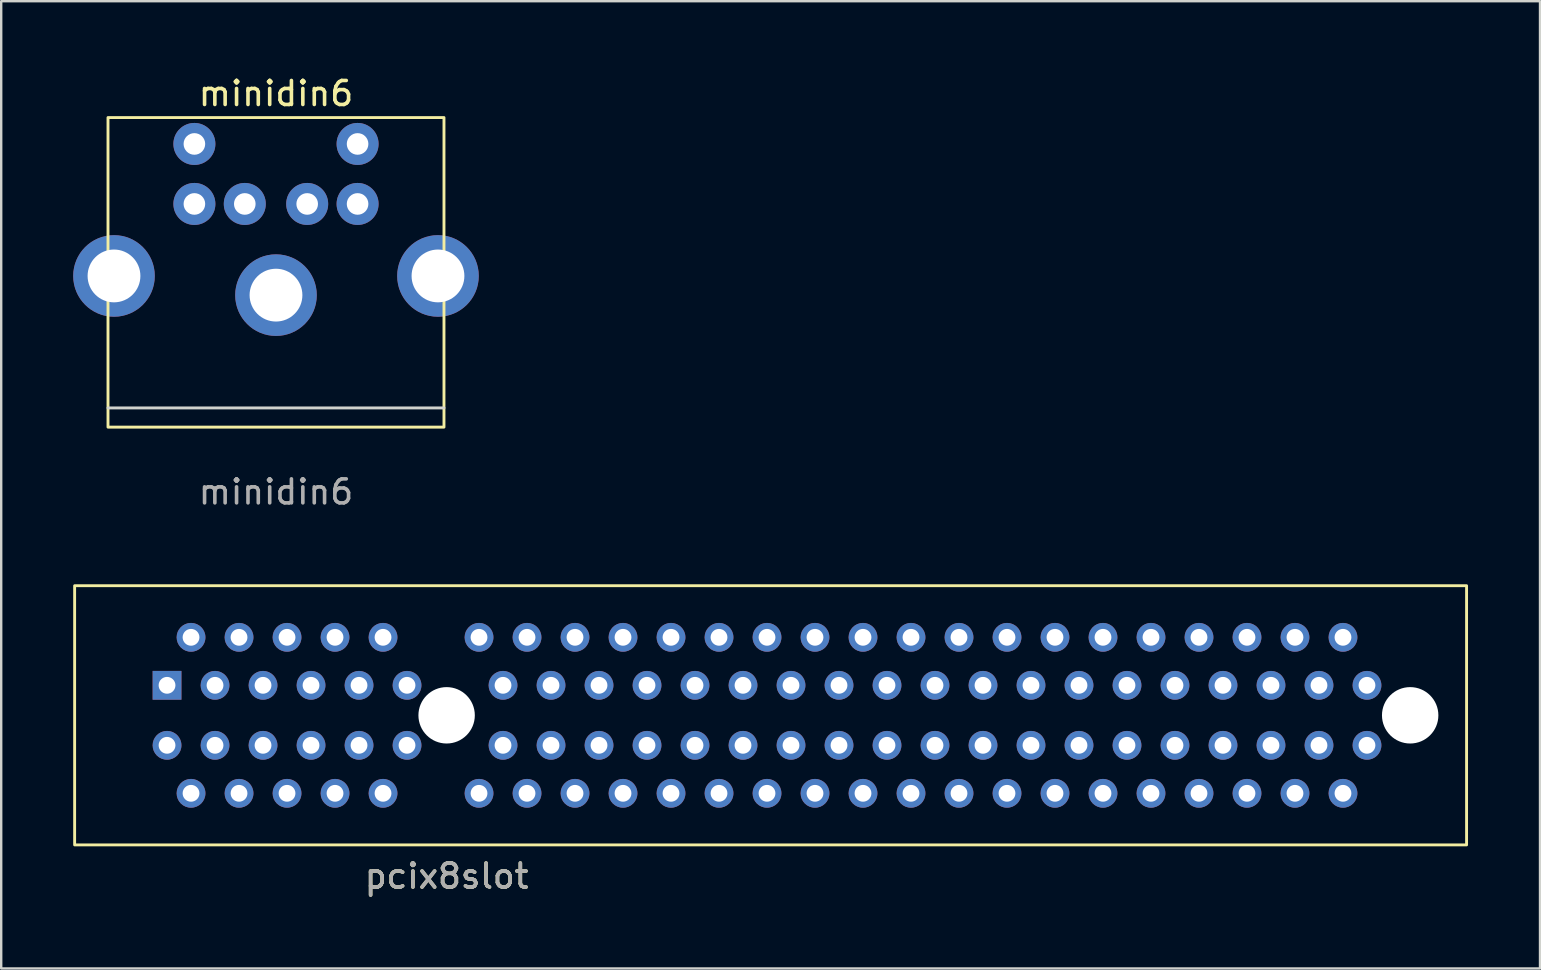
<source format=kicad_pcb>
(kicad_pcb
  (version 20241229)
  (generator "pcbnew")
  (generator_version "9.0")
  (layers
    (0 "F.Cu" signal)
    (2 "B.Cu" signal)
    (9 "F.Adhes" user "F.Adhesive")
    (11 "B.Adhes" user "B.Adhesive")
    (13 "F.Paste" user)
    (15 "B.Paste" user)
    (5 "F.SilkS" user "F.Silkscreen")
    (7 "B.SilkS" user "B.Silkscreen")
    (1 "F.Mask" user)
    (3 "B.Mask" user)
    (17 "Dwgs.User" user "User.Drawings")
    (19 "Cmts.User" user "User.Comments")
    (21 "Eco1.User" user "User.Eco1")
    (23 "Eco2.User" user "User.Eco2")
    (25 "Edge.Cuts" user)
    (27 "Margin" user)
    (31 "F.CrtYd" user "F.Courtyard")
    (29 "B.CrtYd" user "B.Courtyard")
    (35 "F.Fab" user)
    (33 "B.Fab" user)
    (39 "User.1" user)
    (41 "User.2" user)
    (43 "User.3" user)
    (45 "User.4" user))
  (footprint "minidin6"
    (layer "F.Cu")
    (at 8.45 13.948)
    (property "Reference" "minidin6" (at 0 -13.1 0) (unlocked yes) (layer "F.SilkS") (effects (font (size 1 1) (thickness 0.15))))
    (attr through_hole)
    (fp_rect (start -7 -12.1) (end 7 0.8) (stroke (width 0.12) (type solid)) (fill no) (layer "F.SilkS"))
    (fp_line (start -7 0) (end 7 0) (stroke (width 0.12) (type solid)) (layer "Edge.Cuts"))
    (fp_text user "${REFERENCE}" (at 0 3.5 0) (unlocked yes) (layer "F.Fab") (effects (font (size 1 1) (thickness 0.15))))
    (pad "1" thru_hole circle (at 1.3 -8.5) (size 1.75 1.75) (drill 0.9) (layers "*.Cu" "*.Mask"))
    (pad "2" thru_hole circle (at -1.3 -8.5) (size 1.75 1.75) (drill 0.9) (layers "*.Cu" "*.Mask"))
    (pad "3" thru_hole circle (at 3.4 -8.5) (size 1.75 1.75) (drill 0.9) (layers "*.Cu" "*.Mask"))
    (pad "4" thru_hole circle (at -3.4 -8.5) (size 1.75 1.75) (drill 0.9) (layers "*.Cu" "*.Mask"))
    (pad "5" thru_hole circle (at 3.4 -11) (size 1.75 1.75) (drill 0.9) (layers "*.Cu" "*.Mask"))
    (pad "6" thru_hole circle (at -3.4 -11) (size 1.75 1.75) (drill 0.9) (layers "*.Cu" "*.Mask"))
    (pad "7" thru_hole circle (at -6.75 -5.5) (size 3.4 3.4) (drill 2.2) (layers "*.Cu" "*.Mask"))
    (pad "7" thru_hole circle (at 0 -4.7) (size 3.4 3.4) (drill 2.2) (layers "*.Cu" "*.Mask"))
    (pad "7" thru_hole circle (at 6.75 -5.5) (size 3.4 3.4) (drill 2.2) (layers "*.Cu" "*.Mask")))
  (footprint "pcix8slot"
    (layer "F.Cu")
    (at 15.56 26.756)
    (property "Reference" "pcix8slot" (at 0 6.7 0) (unlocked yes) (layer "F.SilkS") (effects (font (size 1 1) (thickness 0.15))))
    (attr through_hole)
    (fp_rect (start -15.5 -5.4) (end 42.5 5.4) (stroke (width 0.12) (type solid)) (fill no) (layer "F.SilkS"))
    (fp_text user "${REFERENCE}" (at 0 6.7 0) (unlocked yes) (layer "F.Fab") (effects (font (size 1 1) (thickness 0.15))))
    (pad "" np_thru_hole circle (at 0 0) (size 2.35 2.35) (drill 2.35) (layers "*.Cu" "*.Mask"))
    (pad "" np_thru_hole circle (at 40.15 0) (size 2.35 2.35) (drill 2.35) (layers "*.Cu" "*.Mask"))
    (pad "A1" thru_hole rect (at -11.65 -1.25) (size 1.2 1.2) (drill 0.7) (layers "*.Cu" "*.Mask"))
    (pad "A2" thru_hole circle (at -10.65 -3.25) (size 1.2 1.2) (drill 0.7) (layers "*.Cu" "*.Mask"))
    (pad "A3" thru_hole circle (at -9.65 -1.25) (size 1.2 1.2) (drill 0.7) (layers "*.Cu" "*.Mask"))
    (pad "A4" thru_hole circle (at -8.65 -3.25) (size 1.2 1.2) (drill 0.7) (layers "*.Cu" "*.Mask"))
    (pad "A5" thru_hole circle (at -7.65 -1.25) (size 1.2 1.2) (drill 0.7) (layers "*.Cu" "*.Mask"))
    (pad "A6" thru_hole circle (at -6.65 -3.25) (size 1.2 1.2) (drill 0.7) (layers "*.Cu" "*.Mask"))
    (pad "A7" thru_hole circle (at -5.65 -1.25) (size 1.2 1.2) (drill 0.7) (layers "*.Cu" "*.Mask"))
    (pad "A8" thru_hole circle (at -4.65 -3.25) (size 1.2 1.2) (drill 0.7) (layers "*.Cu" "*.Mask"))
    (pad "A9" thru_hole circle (at -3.65 -1.25) (size 1.2 1.2) (drill 0.7) (layers "*.Cu" "*.Mask"))
    (pad "A10" thru_hole circle (at -2.65 -3.25) (size 1.2 1.2) (drill 0.7) (layers "*.Cu" "*.Mask"))
    (pad "A11" thru_hole circle (at -1.65 -1.25) (size 1.2 1.2) (drill 0.7) (layers "*.Cu" "*.Mask"))
    (pad "A12" thru_hole circle (at 1.35 -3.25) (size 1.2 1.2) (drill 0.7) (layers "*.Cu" "*.Mask"))
    (pad "A13" thru_hole circle (at 2.35 -1.25) (size 1.2 1.2) (drill 0.7) (layers "*.Cu" "*.Mask"))
    (pad "A14" thru_hole circle (at 3.35 -3.25) (size 1.2 1.2) (drill 0.7) (layers "*.Cu" "*.Mask"))
    (pad "A15" thru_hole circle (at 4.35 -1.25) (size 1.2 1.2) (drill 0.7) (layers "*.Cu" "*.Mask"))
    (pad "A16" thru_hole circle (at 5.35 -3.25) (size 1.2 1.2) (drill 0.7) (layers "*.Cu" "*.Mask"))
    (pad "A17" thru_hole circle (at 6.35 -1.25) (size 1.2 1.2) (drill 0.7) (layers "*.Cu" "*.Mask"))
    (pad "A18" thru_hole circle (at 7.35 -3.25) (size 1.2 1.2) (drill 0.7) (layers "*.Cu" "*.Mask"))
    (pad "A19" thru_hole circle (at 8.35 -1.25) (size 1.2 1.2) (drill 0.7) (layers "*.Cu" "*.Mask"))
    (pad "A20" thru_hole circle (at 9.35 -3.25) (size 1.2 1.2) (drill 0.7) (layers "*.Cu" "*.Mask"))
    (pad "A21" thru_hole circle (at 10.35 -1.25) (size 1.2 1.2) (drill 0.7) (layers "*.Cu" "*.Mask"))
    (pad "A22" thru_hole circle (at 11.35 -3.25) (size 1.2 1.2) (drill 0.7) (layers "*.Cu" "*.Mask"))
    (pad "A23" thru_hole circle (at 12.35 -1.25) (size 1.2 1.2) (drill 0.7) (layers "*.Cu" "*.Mask"))
    (pad "A24" thru_hole circle (at 13.35 -3.25) (size 1.2 1.2) (drill 0.7) (layers "*.Cu" "*.Mask"))
    (pad "A25" thru_hole circle (at 14.35 -1.25) (size 1.2 1.2) (drill 0.7) (layers "*.Cu" "*.Mask"))
    (pad "A26" thru_hole circle (at 15.35 -3.25) (size 1.2 1.2) (drill 0.7) (layers "*.Cu" "*.Mask"))
    (pad "A27" thru_hole circle (at 16.35 -1.25) (size 1.2 1.2) (drill 0.7) (layers "*.Cu" "*.Mask"))
    (pad "A28" thru_hole circle (at 17.35 -3.25) (size 1.2 1.2) (drill 0.7) (layers "*.Cu" "*.Mask"))
    (pad "A29" thru_hole circle (at 18.35 -1.25) (size 1.2 1.2) (drill 0.7) (layers "*.Cu" "*.Mask"))
    (pad "A30" thru_hole circle (at 19.35 -3.25) (size 1.2 1.2) (drill 0.7) (layers "*.Cu" "*.Mask"))
    (pad "A31" thru_hole circle (at 20.35 -1.25) (size 1.2 1.2) (drill 0.7) (layers "*.Cu" "*.Mask"))
    (pad "A32" thru_hole circle (at 21.35 -3.25) (size 1.2 1.2) (drill 0.7) (layers "*.Cu" "*.Mask"))
    (pad "A33" thru_hole circle (at 22.35 -1.25) (size 1.2 1.2) (drill 0.7) (layers "*.Cu" "*.Mask"))
    (pad "A34" thru_hole circle (at 23.35 -3.25) (size 1.2 1.2) (drill 0.7) (layers "*.Cu" "*.Mask"))
    (pad "A35" thru_hole circle (at 24.35 -1.25) (size 1.2 1.2) (drill 0.7) (layers "*.Cu" "*.Mask"))
    (pad "A36" thru_hole circle (at 25.35 -3.25) (size 1.2 1.2) (drill 0.7) (layers "*.Cu" "*.Mask"))
    (pad "A37" thru_hole circle (at 26.35 -1.25) (size 1.2 1.2) (drill 0.7) (layers "*.Cu" "*.Mask"))
    (pad "A38" thru_hole circle (at 27.35 -3.25) (size 1.2 1.2) (drill 0.7) (layers "*.Cu" "*.Mask"))
    (pad "A39" thru_hole circle (at 28.35 -1.25) (size 1.2 1.2) (drill 0.7) (layers "*.Cu" "*.Mask"))
    (pad "A40" thru_hole circle (at 29.35 -3.25) (size 1.2 1.2) (drill 0.7) (layers "*.Cu" "*.Mask"))
    (pad "A41" thru_hole circle (at 30.35 -1.25) (size 1.2 1.2) (drill 0.7) (layers "*.Cu" "*.Mask"))
    (pad "A42" thru_hole circle (at 31.35 -3.25) (size 1.2 1.2) (drill 0.7) (layers "*.Cu" "*.Mask"))
    (pad "A43" thru_hole circle (at 32.35 -1.25) (size 1.2 1.2) (drill 0.7) (layers "*.Cu" "*.Mask"))
    (pad "A44" thru_hole circle (at 33.35 -3.25) (size 1.2 1.2) (drill 0.7) (layers "*.Cu" "*.Mask"))
    (pad "A45" thru_hole circle (at 34.35 -1.25) (size 1.2 1.2) (drill 0.7) (layers "*.Cu" "*.Mask"))
    (pad "A46" thru_hole circle (at 35.35 -3.25) (size 1.2 1.2) (drill 0.7) (layers "*.Cu" "*.Mask"))
    (pad "A47" thru_hole circle (at 36.35 -1.25) (size 1.2 1.2) (drill 0.7) (layers "*.Cu" "*.Mask"))
    (pad "A48" thru_hole circle (at 37.35 -3.25) (size 1.2 1.2) (drill 0.7) (layers "*.Cu" "*.Mask"))
    (pad "A49" thru_hole circle (at 38.35 -1.25) (size 1.2 1.2) (drill 0.7) (layers "*.Cu" "*.Mask"))
    (pad "B1" thru_hole circle (at -11.65 1.25) (size 1.2 1.2) (drill 0.7) (layers "*.Cu" "*.Mask"))
    (pad "B2" thru_hole circle (at -10.65 3.25) (size 1.2 1.2) (drill 0.7) (layers "*.Cu" "*.Mask"))
    (pad "B3" thru_hole circle (at -9.65 1.25) (size 1.2 1.2) (drill 0.7) (layers "*.Cu" "*.Mask"))
    (pad "B4" thru_hole circle (at -8.65 3.25) (size 1.2 1.2) (drill 0.7) (layers "*.Cu" "*.Mask"))
    (pad "B5" thru_hole circle (at -7.65 1.25) (size 1.2 1.2) (drill 0.7) (layers "*.Cu" "*.Mask"))
    (pad "B6" thru_hole circle (at -6.65 3.25) (size 1.2 1.2) (drill 0.7) (layers "*.Cu" "*.Mask"))
    (pad "B7" thru_hole circle (at -5.65 1.25) (size 1.2 1.2) (drill 0.7) (layers "*.Cu" "*.Mask"))
    (pad "B8" thru_hole circle (at -4.65 3.25) (size 1.2 1.2) (drill 0.7) (layers "*.Cu" "*.Mask"))
    (pad "B9" thru_hole circle (at -3.65 1.25) (size 1.2 1.2) (drill 0.7) (layers "*.Cu" "*.Mask"))
    (pad "B10" thru_hole circle (at -2.65 3.25) (size 1.2 1.2) (drill 0.7) (layers "*.Cu" "*.Mask"))
    (pad "B11" thru_hole circle (at -1.65 1.25) (size 1.2 1.2) (drill 0.7) (layers "*.Cu" "*.Mask"))
    (pad "B12" thru_hole circle (at 1.35 3.25) (size 1.2 1.2) (drill 0.7) (layers "*.Cu" "*.Mask"))
    (pad "B13" thru_hole circle (at 2.35 1.25) (size 1.2 1.2) (drill 0.7) (layers "*.Cu" "*.Mask"))
    (pad "B14" thru_hole circle (at 3.35 3.25) (size 1.2 1.2) (drill 0.7) (layers "*.Cu" "*.Mask"))
    (pad "B15" thru_hole circle (at 4.35 1.25) (size 1.2 1.2) (drill 0.7) (layers "*.Cu" "*.Mask"))
    (pad "B16" thru_hole circle (at 5.35 3.25) (size 1.2 1.2) (drill 0.7) (layers "*.Cu" "*.Mask"))
    (pad "B17" thru_hole circle (at 6.35 1.25) (size 1.2 1.2) (drill 0.7) (layers "*.Cu" "*.Mask"))
    (pad "B18" thru_hole circle (at 7.35 3.25) (size 1.2 1.2) (drill 0.7) (layers "*.Cu" "*.Mask"))
    (pad "B19" thru_hole circle (at 8.35 1.25) (size 1.2 1.2) (drill 0.7) (layers "*.Cu" "*.Mask"))
    (pad "B20" thru_hole circle (at 9.35 3.25) (size 1.2 1.2) (drill 0.7) (layers "*.Cu" "*.Mask"))
    (pad "B21" thru_hole circle (at 10.35 1.25) (size 1.2 1.2) (drill 0.7) (layers "*.Cu" "*.Mask"))
    (pad "B22" thru_hole circle (at 11.35 3.25) (size 1.2 1.2) (drill 0.7) (layers "*.Cu" "*.Mask"))
    (pad "B23" thru_hole circle (at 12.35 1.25) (size 1.2 1.2) (drill 0.7) (layers "*.Cu" "*.Mask"))
    (pad "B24" thru_hole circle (at 13.35 3.25) (size 1.2 1.2) (drill 0.7) (layers "*.Cu" "*.Mask"))
    (pad "B25" thru_hole circle (at 14.35 1.25) (size 1.2 1.2) (drill 0.7) (layers "*.Cu" "*.Mask"))
    (pad "B26" thru_hole circle (at 15.35 3.25) (size 1.2 1.2) (drill 0.7) (layers "*.Cu" "*.Mask"))
    (pad "B27" thru_hole circle (at 16.35 1.25) (size 1.2 1.2) (drill 0.7) (layers "*.Cu" "*.Mask"))
    (pad "B28" thru_hole circle (at 17.35 3.25) (size 1.2 1.2) (drill 0.7) (layers "*.Cu" "*.Mask"))
    (pad "B29" thru_hole circle (at 18.35 1.25) (size 1.2 1.2) (drill 0.7) (layers "*.Cu" "*.Mask"))
    (pad "B30" thru_hole circle (at 19.35 3.25) (size 1.2 1.2) (drill 0.7) (layers "*.Cu" "*.Mask"))
    (pad "B31" thru_hole circle (at 20.35 1.25) (size 1.2 1.2) (drill 0.7) (layers "*.Cu" "*.Mask"))
    (pad "B32" thru_hole circle (at 21.35 3.25) (size 1.2 1.2) (drill 0.7) (layers "*.Cu" "*.Mask"))
    (pad "B33" thru_hole circle (at 22.35 1.25) (size 1.2 1.2) (drill 0.7) (layers "*.Cu" "*.Mask"))
    (pad "B34" thru_hole circle (at 23.35 3.25) (size 1.2 1.2) (drill 0.7) (layers "*.Cu" "*.Mask"))
    (pad "B35" thru_hole circle (at 24.35 1.25) (size 1.2 1.2) (drill 0.7) (layers "*.Cu" "*.Mask"))
    (pad "B36" thru_hole circle (at 25.35 3.25) (size 1.2 1.2) (drill 0.7) (layers "*.Cu" "*.Mask"))
    (pad "B37" thru_hole circle (at 26.35 1.25) (size 1.2 1.2) (drill 0.7) (layers "*.Cu" "*.Mask"))
    (pad "B38" thru_hole circle (at 27.35 3.25) (size 1.2 1.2) (drill 0.7) (layers "*.Cu" "*.Mask"))
    (pad "B39" thru_hole circle (at 28.35 1.25) (size 1.2 1.2) (drill 0.7) (layers "*.Cu" "*.Mask"))
    (pad "B40" thru_hole circle (at 29.35 3.25) (size 1.2 1.2) (drill 0.7) (layers "*.Cu" "*.Mask"))
    (pad "B41" thru_hole circle (at 30.35 1.25) (size 1.2 1.2) (drill 0.7) (layers "*.Cu" "*.Mask"))
    (pad "B42" thru_hole circle (at 31.35 3.25) (size 1.2 1.2) (drill 0.7) (layers "*.Cu" "*.Mask"))
    (pad "B43" thru_hole circle (at 32.35 1.25) (size 1.2 1.2) (drill 0.7) (layers "*.Cu" "*.Mask"))
    (pad "B44" thru_hole circle (at 33.35 3.25) (size 1.2 1.2) (drill 0.7) (layers "*.Cu" "*.Mask"))
    (pad "B45" thru_hole circle (at 34.35 1.25) (size 1.2 1.2) (drill 0.7) (layers "*.Cu" "*.Mask"))
    (pad "B46" thru_hole circle (at 35.35 3.25) (size 1.2 1.2) (drill 0.7) (layers "*.Cu" "*.Mask"))
    (pad "B47" thru_hole circle (at 36.35 1.25) (size 1.2 1.2) (drill 0.7) (layers "*.Cu" "*.Mask"))
    (pad "B48" thru_hole circle (at 37.35 3.25) (size 1.2 1.2) (drill 0.7) (layers "*.Cu" "*.Mask"))
    (pad "B49" thru_hole circle (at 38.35 1.25) (size 1.2 1.2) (drill 0.7) (layers "*.Cu" "*.Mask")))
  (gr_rect
    (start -3 -3)
    (end 61.12 37.305)
    (stroke (width 0.1) (type default))
    (fill no)
    (layer "Edge.Cuts")))
</source>
